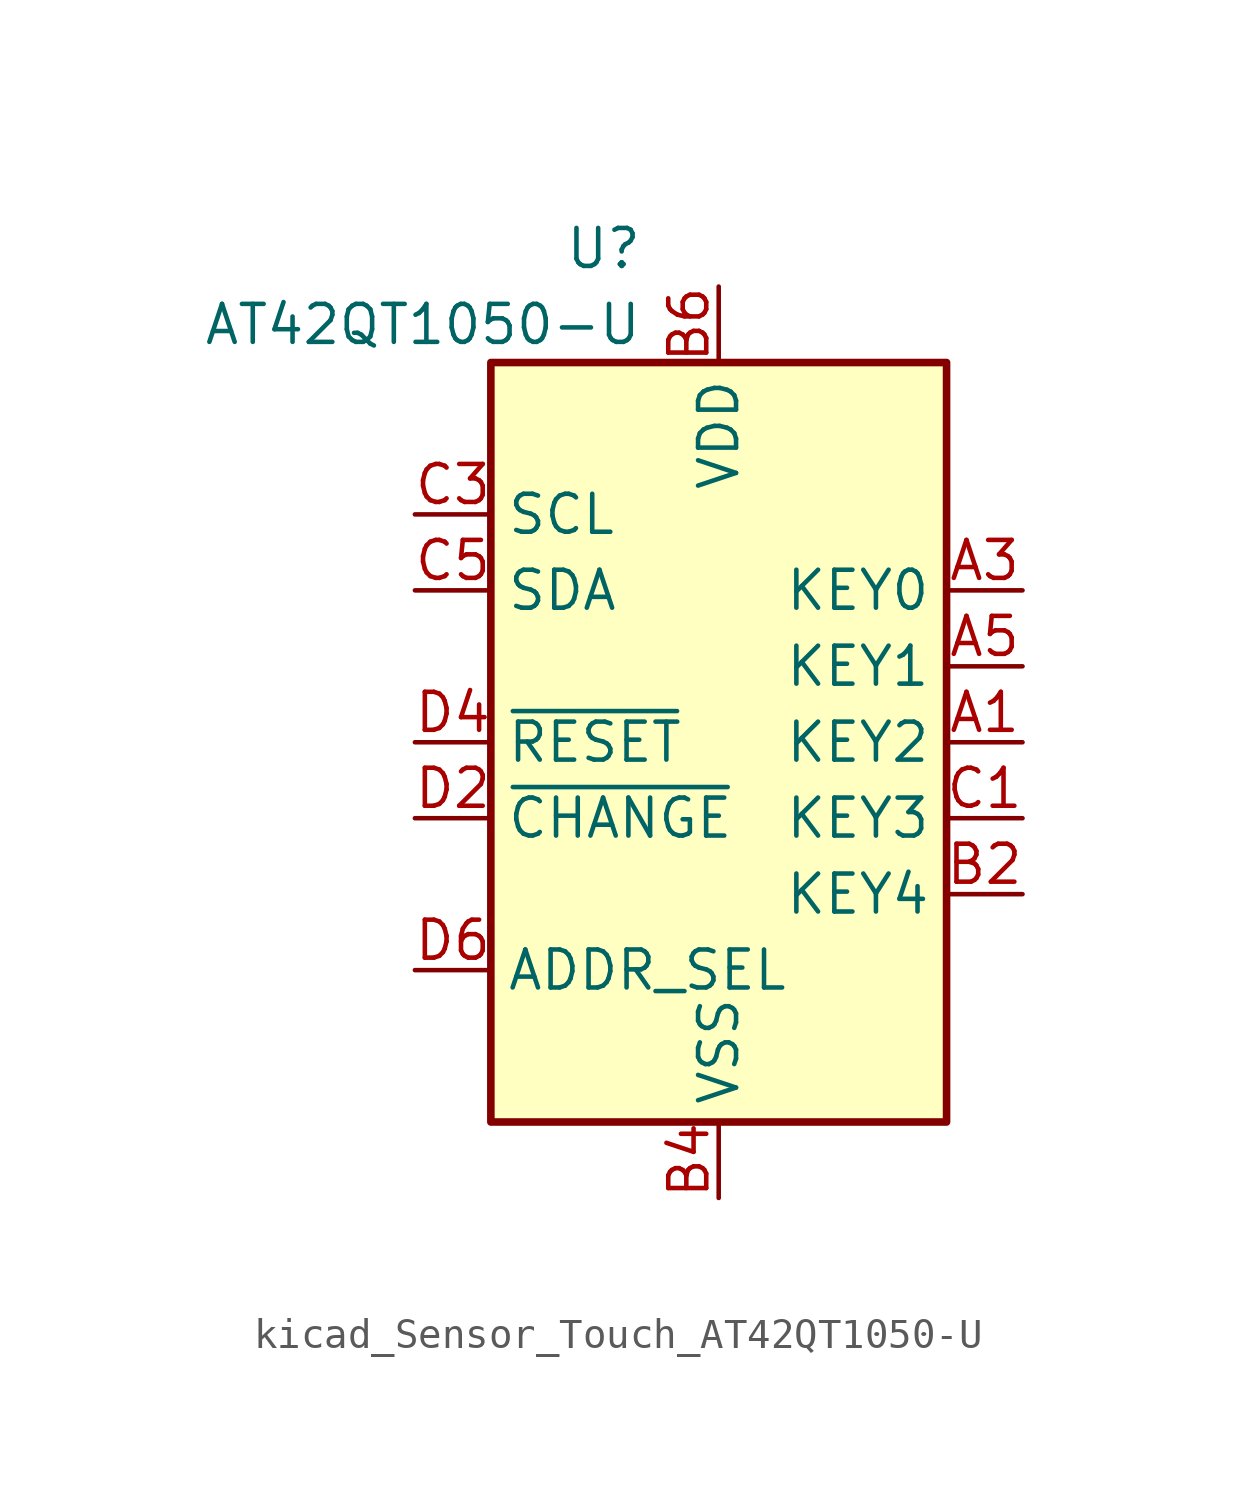
<source format=kicad_sym>
(kicad_symbol_lib
  (version 20220914)
  (generator kicad_symbol_editor)
  (symbol "kicad_Sensor_Touch_AT42QT1050-U"
    (property "Reference" "U"
      (at -2.54 16.51 0)
      (effects (font (size 1.27 1.27)) (justify right)))
    (property "Value" "AT42QT1050-U"
      (at -2.54 13.97 0)
      (effects (font (size 1.27 1.27)) (justify right)))
    (symbol "kicad_Sensor_Touch_AT42QT1050-U_0_1"
      (rectangle (start -7.62 12.7) (end 7.62 -12.7) (stroke (width 0.254) (type default)) (fill (type background))))
    (symbol "kicad_Sensor_Touch_AT42QT1050-U_1_1"
      (pin passive line (at 10.16 0 180) (length 2.54) (name "KEY2" (effects (font (size 1.27 1.27)))) (number "A1" (effects (font (size 1.27 1.27)))))
      (pin passive line (at 10.16 5.08 180) (length 2.54) (name "KEY0" (effects (font (size 1.27 1.27)))) (number "A3" (effects (font (size 1.27 1.27)))))
      (pin passive line (at 10.16 2.54 180) (length 2.54) (name "KEY1" (effects (font (size 1.27 1.27)))) (number "A5" (effects (font (size 1.27 1.27)))))
      (pin passive line (at 10.16 -5.08 180) (length 2.54) (name "KEY4" (effects (font (size 1.27 1.27)))) (number "B2" (effects (font (size 1.27 1.27)))))
      (pin power_in line (at 0 -15.24 90) (length 2.54) (name "VSS" (effects (font (size 1.27 1.27)))) (number "B4" (effects (font (size 1.27 1.27)))))
      (pin power_in line (at 0 15.24 270) (length 2.54) (name "VDD" (effects (font (size 1.27 1.27)))) (number "B6" (effects (font (size 1.27 1.27)))))
      (pin passive line (at 10.16 -2.54 180) (length 2.54) (name "KEY3" (effects (font (size 1.27 1.27)))) (number "C1" (effects (font (size 1.27 1.27)))))
      (pin input line (at -10.16 7.62 0) (length 2.54) (name "SCL" (effects (font (size 1.27 1.27)))) (number "C3" (effects (font (size 1.27 1.27)))))
      (pin bidirectional line (at -10.16 5.08 0) (length 2.54) (name "SDA" (effects (font (size 1.27 1.27)))) (number "C5" (effects (font (size 1.27 1.27)))))
      (pin open_collector line (at -10.16 -2.54 0) (length 2.54) (name "~{CHANGE}" (effects (font (size 1.27 1.27)))) (number "D2" (effects (font (size 1.27 1.27)))))
      (pin input line (at -10.16 0 0) (length 2.54) (name "~{RESET}" (effects (font (size 1.27 1.27)))) (number "D4" (effects (font (size 1.27 1.27)))))
      (pin input line (at -10.16 -7.62 0) (length 2.54) (name "ADDR_SEL" (effects (font (size 1.27 1.27)))) (number "D6" (effects (font (size 1.27 1.27))))))))
</source>
